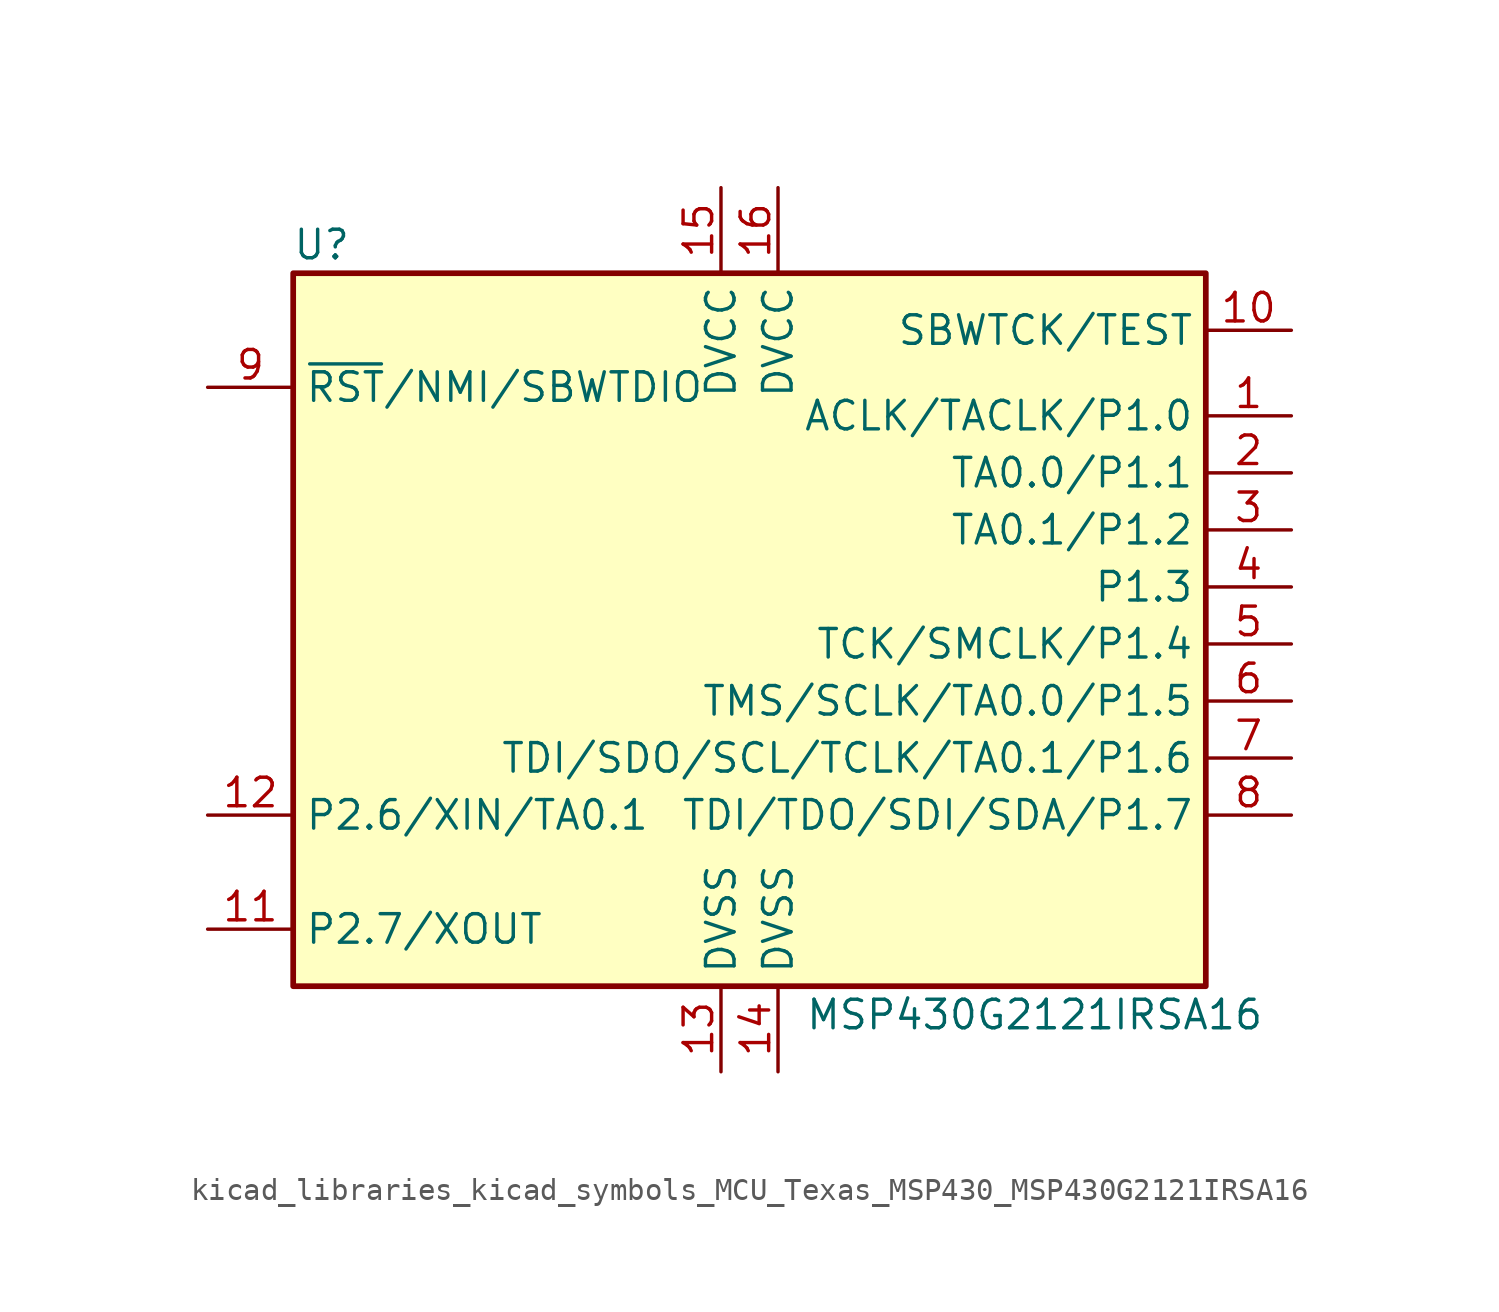
<source format=kicad_sym>
(kicad_symbol_lib
  (version 20220914)
  (generator kicad_symbol_editor)
  (symbol "kicad_libraries_kicad_symbols_MCU_Texas_MSP430_MSP430G2121IRSA16"
    (property "Reference" "U"
      (at -19.05 17.78 0)
      (effects (font (size 1.27 1.27))))
    (property "Value" "MSP430G2121IRSA16"
      (at 12.7 -16.51 0)
      (effects (font (size 1.27 1.27))))
    (symbol "kicad_libraries_kicad_symbols_MCU_Texas_MSP430_MSP430G2121IRSA16_0_1"
      (rectangle (start -20.32 16.51) (end 20.32 -15.24) (stroke (width 0.254) (type default)) (fill (type background))))
    (symbol "kicad_libraries_kicad_symbols_MCU_Texas_MSP430_MSP430G2121IRSA16_1_1"
      (pin bidirectional line (at 24.13 10.16 180) (length 3.81) (name "ACLK/TACLK/P1.0" (effects (font (size 1.27 1.27)))) (number "1" (effects (font (size 1.27 1.27)))))
      (pin input line (at 24.13 13.97 180) (length 3.81) (name "SBWTCK/TEST" (effects (font (size 1.27 1.27)))) (number "10" (effects (font (size 1.27 1.27)))))
      (pin bidirectional line (at -24.13 -12.7 0) (length 3.81) (name "P2.7/XOUT" (effects (font (size 1.27 1.27)))) (number "11" (effects (font (size 1.27 1.27)))))
      (pin bidirectional line (at -24.13 -7.62 0) (length 3.81) (name "P2.6/XIN/TA0.1" (effects (font (size 1.27 1.27)))) (number "12" (effects (font (size 1.27 1.27)))))
      (pin power_in line (at -1.27 -19.05 90) (length 3.81) (name "DVSS" (effects (font (size 1.27 1.27)))) (number "13" (effects (font (size 1.27 1.27)))))
      (pin power_in line (at 1.27 -19.05 90) (length 3.81) (name "DVSS" (effects (font (size 1.27 1.27)))) (number "14" (effects (font (size 1.27 1.27)))))
      (pin power_in line (at -1.27 20.32 270) (length 3.81) (name "DVCC" (effects (font (size 1.27 1.27)))) (number "15" (effects (font (size 1.27 1.27)))))
      (pin power_in line (at 1.27 20.32 270) (length 3.81) (name "DVCC" (effects (font (size 1.27 1.27)))) (number "16" (effects (font (size 1.27 1.27)))))
      (pin bidirectional line (at 24.13 7.62 180) (length 3.81) (name "TA0.0/P1.1" (effects (font (size 1.27 1.27)))) (number "2" (effects (font (size 1.27 1.27)))))
      (pin bidirectional line (at 24.13 5.08 180) (length 3.81) (name "TA0.1/P1.2" (effects (font (size 1.27 1.27)))) (number "3" (effects (font (size 1.27 1.27)))))
      (pin bidirectional line (at 24.13 2.54 180) (length 3.81) (name "P1.3" (effects (font (size 1.27 1.27)))) (number "4" (effects (font (size 1.27 1.27)))))
      (pin bidirectional line (at 24.13 0 180) (length 3.81) (name "TCK/SMCLK/P1.4" (effects (font (size 1.27 1.27)))) (number "5" (effects (font (size 1.27 1.27)))))
      (pin bidirectional line (at 24.13 -2.54 180) (length 3.81) (name "TMS/SCLK/TA0.0/P1.5" (effects (font (size 1.27 1.27)))) (number "6" (effects (font (size 1.27 1.27)))))
      (pin bidirectional line (at 24.13 -5.08 180) (length 3.81) (name "TDI/SDO/SCL/TCLK/TA0.1/P1.6" (effects (font (size 1.27 1.27)))) (number "7" (effects (font (size 1.27 1.27)))))
      (pin bidirectional line (at 24.13 -7.62 180) (length 3.81) (name "TDI/TDO/SDI/SDA/P1.7" (effects (font (size 1.27 1.27)))) (number "8" (effects (font (size 1.27 1.27)))))
      (pin input line (at -24.13 11.43 0) (length 3.81) (name "~{RST}/NMI/SBWTDIO" (effects (font (size 1.27 1.27)))) (number "9" (effects (font (size 1.27 1.27))))))))
</source>
